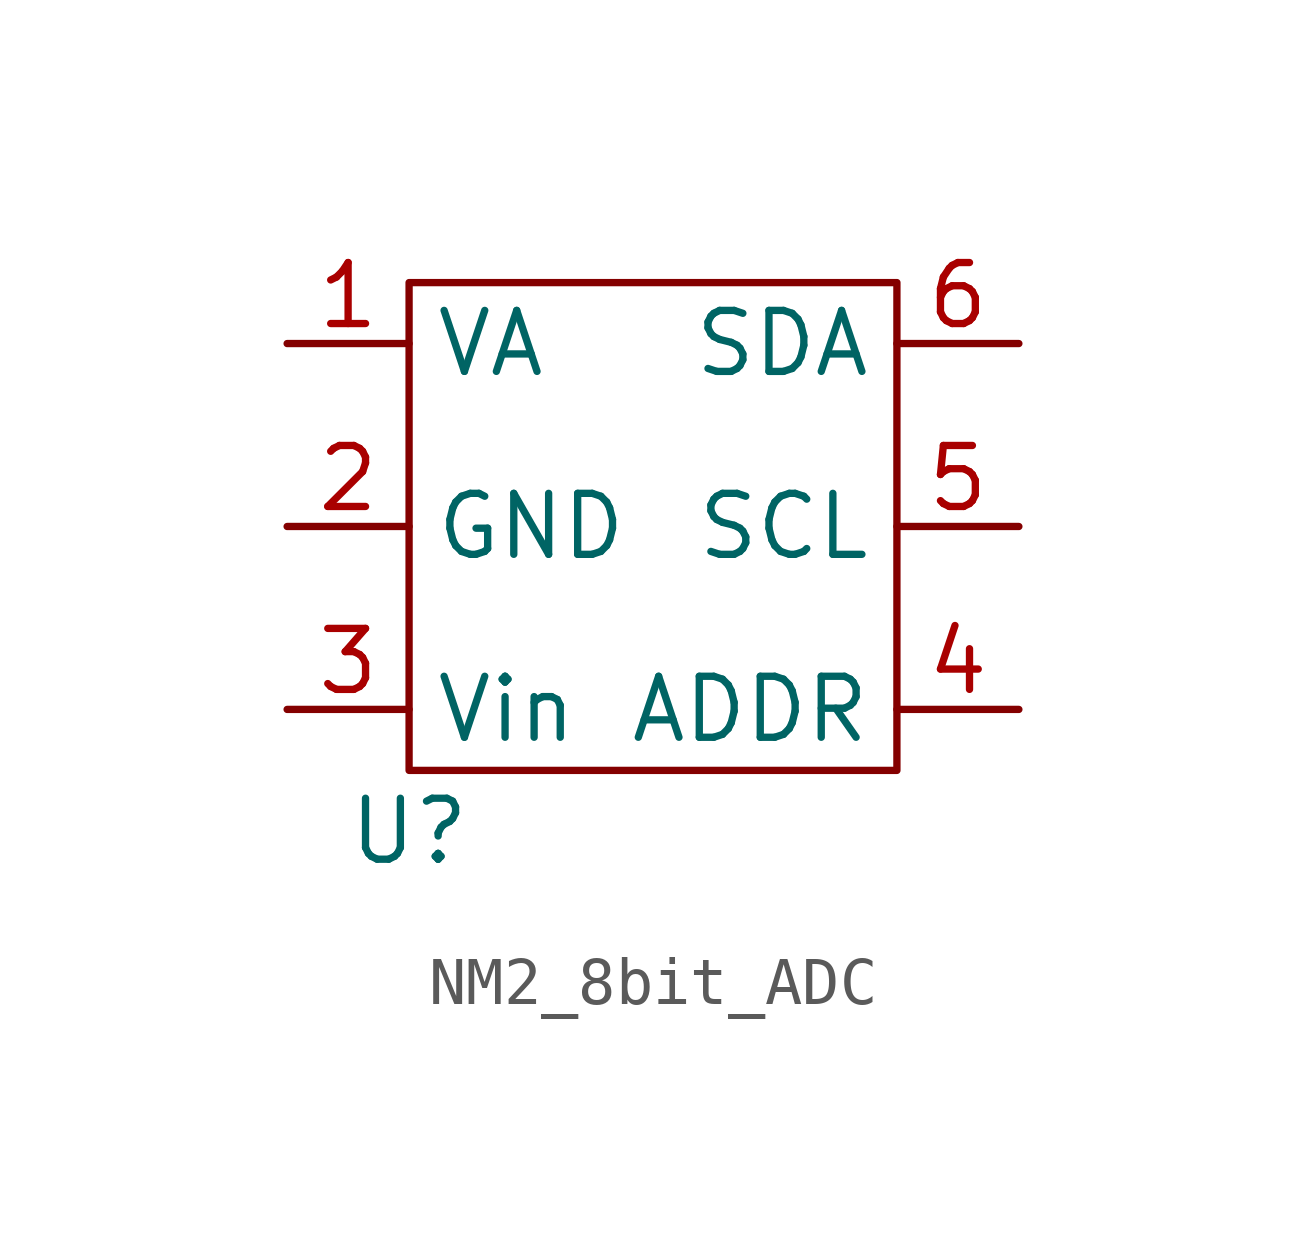
<source format=kicad_sym>
(kicad_symbol_lib
  (version 20220914)
  (generator kicad_symbol_editor)
  (symbol "NM2_8bit_ADC"
    (property "Reference" "U"
      (at -5.08 -6.35 0)
      (effects (font (size 1.27 1.27))))
    (property "Value" ""
      (at 0 0 0)
      (effects (font (size 1.27 1.27))))
    (symbol "NM2_8bit_ADC_0_1"
      (rectangle (start -5.08 5.08) (end 5.08 -5.08) (stroke (width 0) (type default)) (fill (type none))))
    (symbol "NM2_8bit_ADC_1_1"
      (pin power_in line (at -7.62 3.81 0) (length 2.54) (name "VA" (effects (font (size 1.27 1.27)))) (number "1" (effects (font (size 1.27 1.27)))))
      (pin power_in line (at -7.62 0 0) (length 2.54) (name "GND" (effects (font (size 1.27 1.27)))) (number "2" (effects (font (size 1.27 1.27)))))
      (pin input line (at -7.62 -3.81 0) (length 2.54) (name "Vin" (effects (font (size 1.27 1.27)))) (number "3" (effects (font (size 1.27 1.27)))))
      (pin input line (at 7.62 -3.81 180) (length 2.54) (name "ADDR" (effects (font (size 1.27 1.27)))) (number "4" (effects (font (size 1.27 1.27)))))
      (pin bidirectional line (at 7.62 0 180) (length 2.54) (name "SCL" (effects (font (size 1.27 1.27)))) (number "5" (effects (font (size 1.27 1.27)))))
      (pin bidirectional line (at 7.62 3.81 180) (length 2.54) (name "SDA" (effects (font (size 1.27 1.27)))) (number "6" (effects (font (size 1.27 1.27))))))))
</source>
